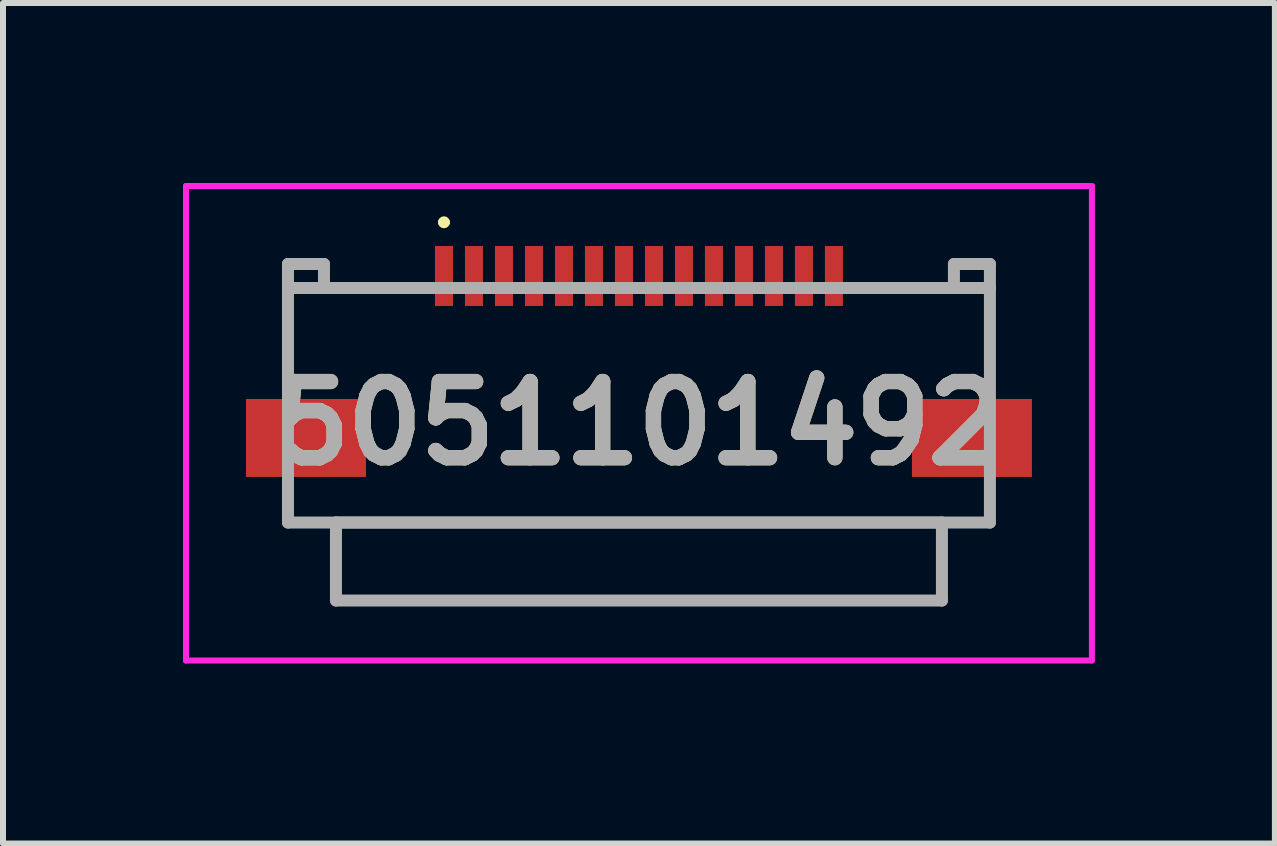
<source format=kicad_pcb>
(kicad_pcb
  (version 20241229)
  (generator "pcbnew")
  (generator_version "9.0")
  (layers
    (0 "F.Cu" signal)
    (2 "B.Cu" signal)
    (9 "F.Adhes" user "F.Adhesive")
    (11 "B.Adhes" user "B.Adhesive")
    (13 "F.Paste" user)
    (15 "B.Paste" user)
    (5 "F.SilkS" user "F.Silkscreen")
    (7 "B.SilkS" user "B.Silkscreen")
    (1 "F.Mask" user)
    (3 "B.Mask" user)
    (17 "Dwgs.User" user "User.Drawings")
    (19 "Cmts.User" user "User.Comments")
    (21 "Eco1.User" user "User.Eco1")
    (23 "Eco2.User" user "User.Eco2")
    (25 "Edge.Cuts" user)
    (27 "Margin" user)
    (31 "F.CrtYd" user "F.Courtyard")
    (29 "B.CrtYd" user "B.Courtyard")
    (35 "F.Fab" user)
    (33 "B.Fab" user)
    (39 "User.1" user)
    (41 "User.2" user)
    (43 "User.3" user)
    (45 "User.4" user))
  (footprint "5051101492"
    (layer "F.Cu")
    (at 7.6 4.155)
    (property "Reference" "5051101492" (at 0 -0.15 0) (layer "F.SilkS") (effects (font (size 1.27 1.27) (thickness 0.254))))
    (attr smd)
    (fp_line (start -5.85 -2.405) (end -5.85 -0.905) (stroke (width 0.1) (type solid)) (layer "F.SilkS"))
    (fp_line (start -5.85 1.095) (end -5.85 1.505) (stroke (width 0.1) (type solid)) (layer "F.SilkS"))
    (fp_line (start -5.85 1.505) (end 5.85 1.505) (stroke (width 0.1) (type solid)) (layer "F.SilkS"))
    (fp_line (start -4 -2.405) (end -5.85 -2.405) (stroke (width 0.1) (type solid)) (layer "F.SilkS"))
    (fp_line (start -3.3 -3.5) (end -3.3 -3.5) (stroke (width 0.1) (type solid)) (layer "F.SilkS"))
    (fp_line (start -3.2 -3.5) (end -3.2 -3.5) (stroke (width 0.1) (type solid)) (layer "F.SilkS"))
    (fp_line (start 4 -2.405) (end 5.85 -2.405) (stroke (width 0.1) (type solid)) (layer "F.SilkS"))
    (fp_line (start 5.85 -2.405) (end 5.85 -0.905) (stroke (width 0.1) (type solid)) (layer "F.SilkS"))
    (fp_line (start 5.85 1.505) (end 5.85 1.095) (stroke (width 0.1) (type solid)) (layer "F.SilkS"))
    (fp_arc (start -3.3 -3.5) (mid -3.25 -3.55) (end -3.2 -3.5) (stroke (width 0.1) (type solid)) (layer "F.SilkS"))
    (fp_arc (start -3.2 -3.5) (mid -3.25 -3.45) (end -3.3 -3.5) (stroke (width 0.1) (type solid)) (layer "F.SilkS"))
    (fp_line (start -7.55 -4.105) (end 7.55 -4.105) (stroke (width 0.1) (type solid)) (layer "F.CrtYd"))
    (fp_line (start -7.55 3.805) (end -7.55 -4.105) (stroke (width 0.1) (type solid)) (layer "F.CrtYd"))
    (fp_line (start 7.55 -4.105) (end 7.55 3.805) (stroke (width 0.1) (type solid)) (layer "F.CrtYd"))
    (fp_line (start 7.55 3.805) (end -7.55 3.805) (stroke (width 0.1) (type solid)) (layer "F.CrtYd"))
    (fp_line (start -5.85 -2.805) (end -5.85 -2.405) (stroke (width 0.2) (type solid)) (layer "F.Fab"))
    (fp_line (start -5.85 -2.405) (end -5.25 -2.405) (stroke (width 0.2) (type solid)) (layer "F.Fab"))
    (fp_line (start -5.85 -2.405) (end 5.85 -2.405) (stroke (width 0.2) (type solid)) (layer "F.Fab"))
    (fp_line (start -5.85 1.505) (end -5.85 -2.405) (stroke (width 0.2) (type solid)) (layer "F.Fab"))
    (fp_line (start -5.25 -2.805) (end -5.85 -2.805) (stroke (width 0.2) (type solid)) (layer "F.Fab"))
    (fp_line (start -5.25 -2.405) (end -5.25 -2.805) (stroke (width 0.2) (type solid)) (layer "F.Fab"))
    (fp_line (start -5.05 1.505) (end 5.05 1.505) (stroke (width 0.2) (type solid)) (layer "F.Fab"))
    (fp_line (start -5.05 2.805) (end -5.05 1.505) (stroke (width 0.2) (type solid)) (layer "F.Fab"))
    (fp_line (start 5.05 1.505) (end 5.05 2.805) (stroke (width 0.2) (type solid)) (layer "F.Fab"))
    (fp_line (start 5.05 2.805) (end -5.05 2.805) (stroke (width 0.2) (type solid)) (layer "F.Fab"))
    (fp_line (start 5.25 -2.805) (end 5.85 -2.805) (stroke (width 0.2) (type solid)) (layer "F.Fab"))
    (fp_line (start 5.25 -2.405) (end 5.25 -2.805) (stroke (width 0.2) (type solid)) (layer "F.Fab"))
    (fp_line (start 5.85 -2.805) (end 5.85 -2.405) (stroke (width 0.2) (type solid)) (layer "F.Fab"))
    (fp_line (start 5.85 -2.405) (end 5.25 -2.405) (stroke (width 0.2) (type solid)) (layer "F.Fab"))
    (fp_line (start 5.85 -2.405) (end 5.85 1.505) (stroke (width 0.2) (type solid)) (layer "F.Fab"))
    (fp_line (start 5.85 1.505) (end -5.85 1.505) (stroke (width 0.2) (type solid)) (layer "F.Fab"))
    (fp_text user "${REFERENCE}" (at 0 -0.15 0) (layer "F.Fab") (effects (font (size 1.27 1.27) (thickness 0.254))))
    (pad "1" smd rect (at -3.25 -2.605) (size 0.3 1) (layers "F.Cu" "F.Mask" "F.Paste"))
    (pad "2" smd rect (at -2.75 -2.605) (size 0.3 1) (layers "F.Cu" "F.Mask" "F.Paste"))
    (pad "3" smd rect (at -2.25 -2.605) (size 0.3 1) (layers "F.Cu" "F.Mask" "F.Paste"))
    (pad "4" smd rect (at -1.75 -2.605) (size 0.3 1) (layers "F.Cu" "F.Mask" "F.Paste"))
    (pad "5" smd rect (at -1.25 -2.605) (size 0.3 1) (layers "F.Cu" "F.Mask" "F.Paste"))
    (pad "6" smd rect (at -0.75 -2.605) (size 0.3 1) (layers "F.Cu" "F.Mask" "F.Paste"))
    (pad "7" smd rect (at -0.25 -2.605) (size 0.3 1) (layers "F.Cu" "F.Mask" "F.Paste"))
    (pad "8" smd rect (at 0.25 -2.605) (size 0.3 1) (layers "F.Cu" "F.Mask" "F.Paste"))
    (pad "9" smd rect (at 0.75 -2.605) (size 0.3 1) (layers "F.Cu" "F.Mask" "F.Paste"))
    (pad "10" smd rect (at 1.25 -2.605) (size 0.3 1) (layers "F.Cu" "F.Mask" "F.Paste"))
    (pad "11" smd rect (at 1.75 -2.605) (size 0.3 1) (layers "F.Cu" "F.Mask" "F.Paste"))
    (pad "12" smd rect (at 2.25 -2.605) (size 0.3 1) (layers "F.Cu" "F.Mask" "F.Paste"))
    (pad "13" smd rect (at 2.75 -2.605) (size 0.3 1) (layers "F.Cu" "F.Mask" "F.Paste"))
    (pad "14" smd rect (at 3.25 -2.605) (size 0.3 1) (layers "F.Cu" "F.Mask" "F.Paste"))
    (pad "MP1" smd rect (at -5.55 0.095 90) (size 1.3 2) (layers "F.Cu" "F.Mask" "F.Paste"))
    (pad "MP2" smd rect (at 5.55 0.095 90) (size 1.3 2) (layers "F.Cu" "F.Mask" "F.Paste")))
  (gr_rect
    (start -3 -3)
    (end 18.2 11.01)
    (stroke (width 0.1) (type default))
    (fill no)
    (layer "Edge.Cuts")))
</source>
